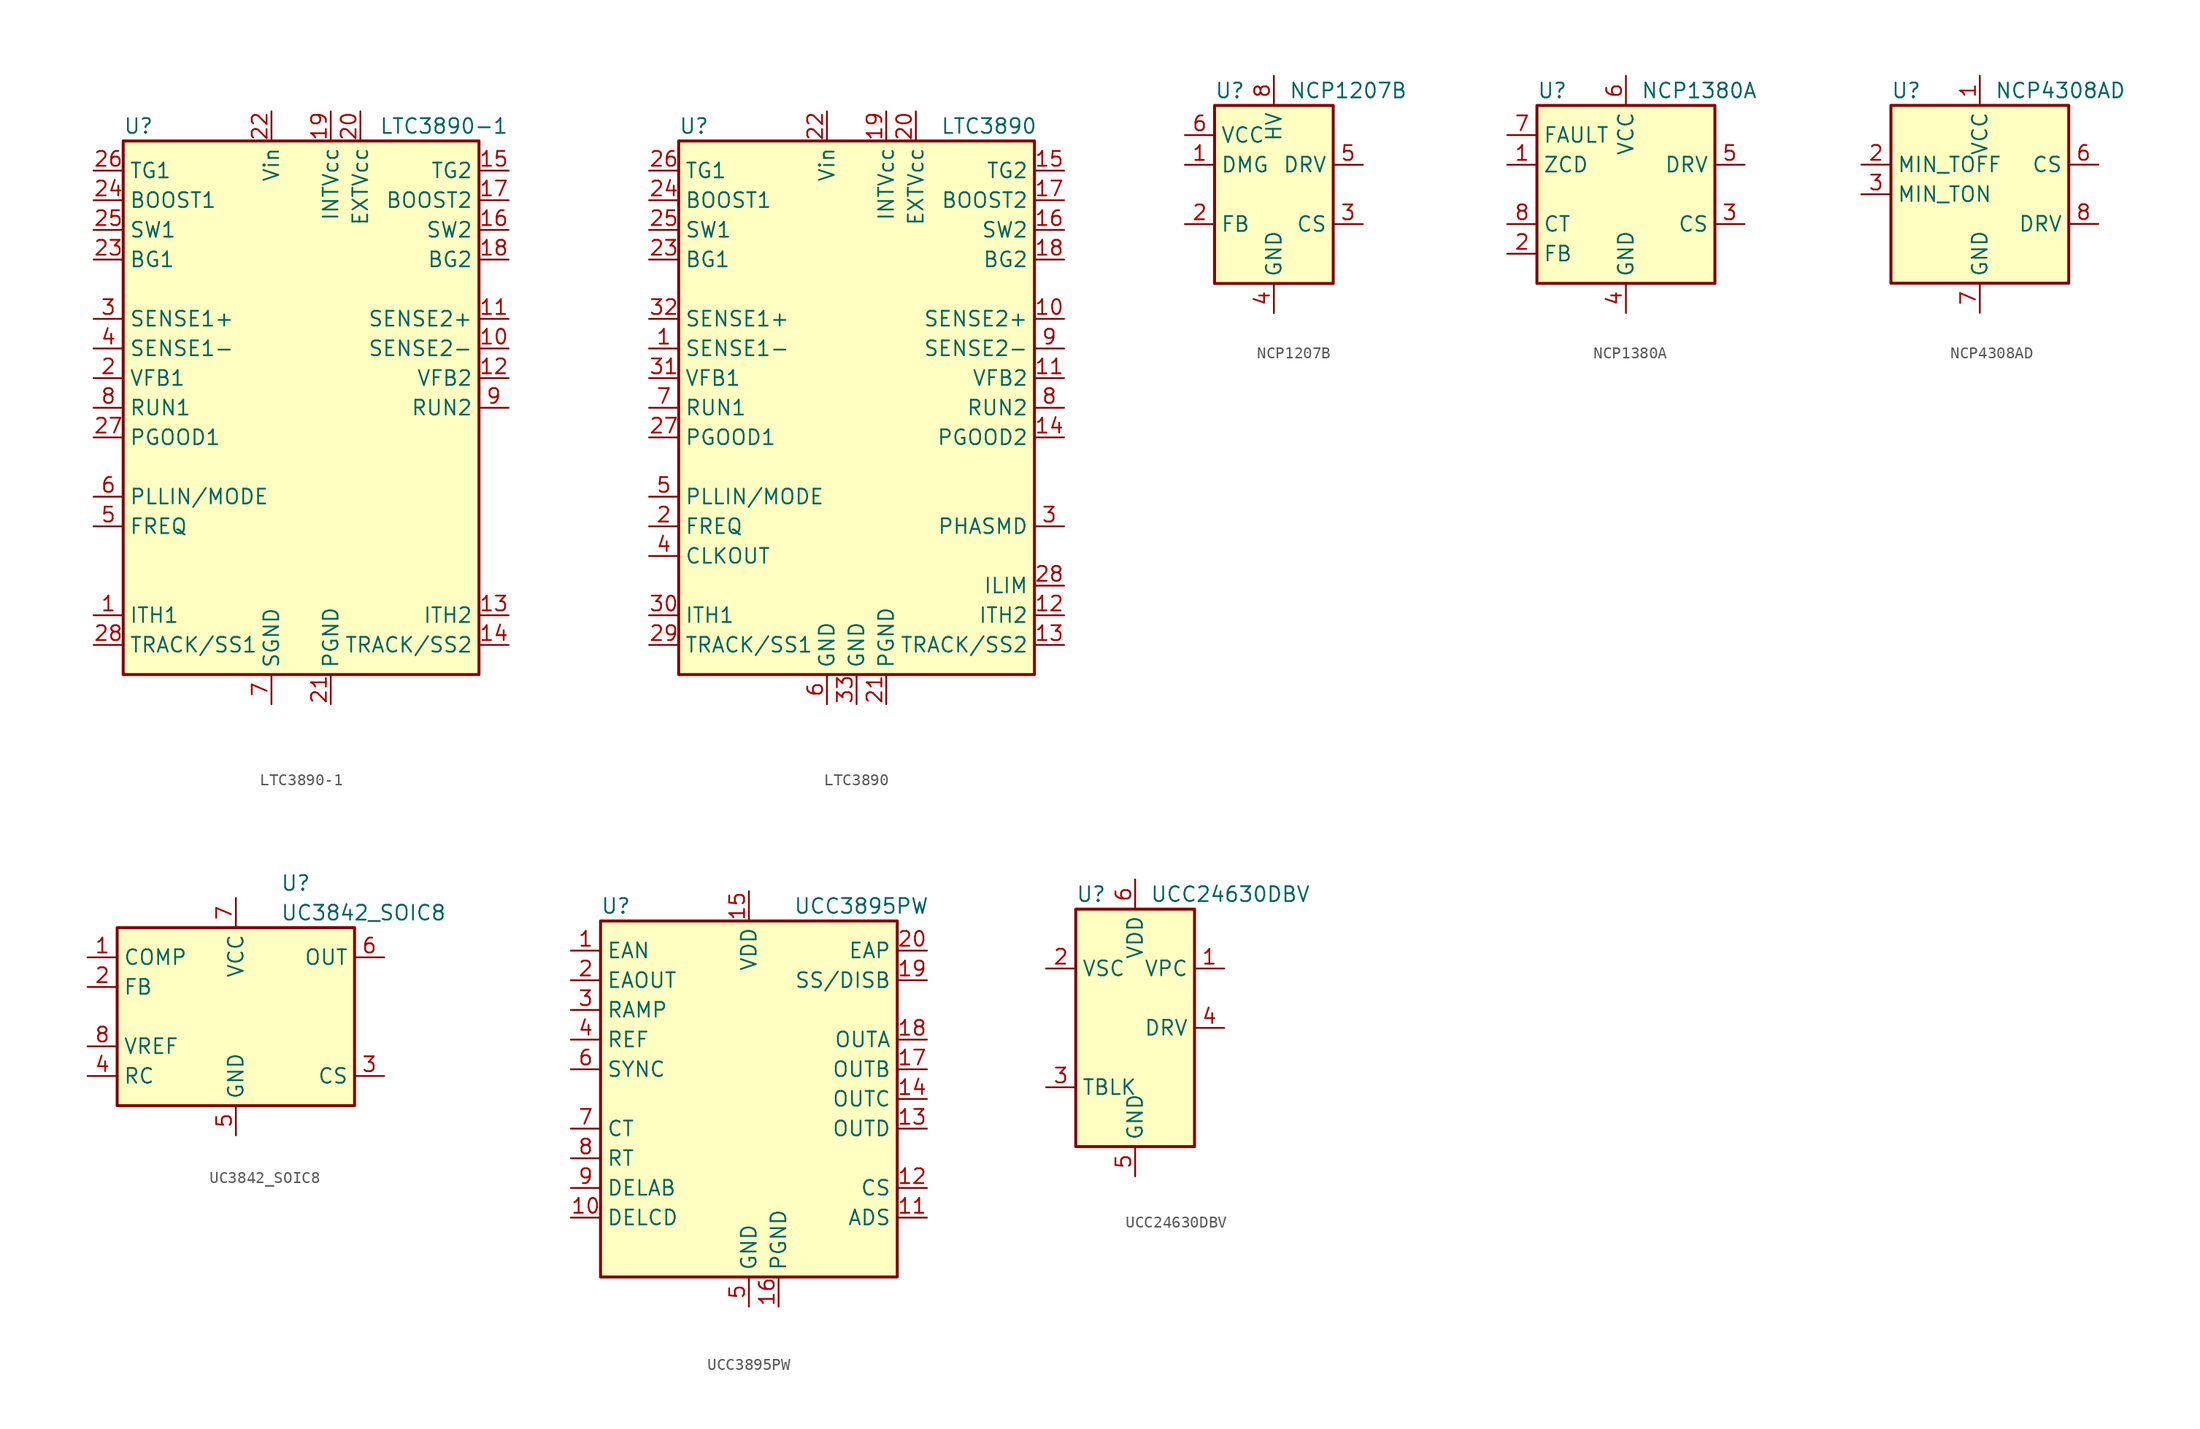
<source format=kicad_sym>
(kicad_symbol_lib
  (version 20241209)
  (generator "kicad_symbol_editor")
  (generator_version "9.0")
  (symbol "LTC3890-1"
    (property "Reference" "U"
      (at -15.24 24.13 0)
      (effects (font (size 1.27 1.27)) (justify left)))
    (property "Value" "LTC3890-1"
      (at 17.78 24.13 0)
      (effects (font (size 1.27 1.27)) (justify right)))
    (symbol "LTC3890-1_0_1"
      (rectangle (start -15.24 22.86) (end 15.24 -22.86) (stroke (width 0.254) (type default)) (fill (type background))))
    (symbol "LTC3890-1_1_1"
      (pin output line (at -17.78 20.32 0) (length 2.54) (name "TG1" (effects (font (size 1.27 1.27)))) (number "26" (effects (font (size 1.27 1.27)))))
      (pin output line (at -17.78 17.78 0) (length 2.54) (name "BOOST1" (effects (font (size 1.27 1.27)))) (number "24" (effects (font (size 1.27 1.27)))))
      (pin output line (at -17.78 15.24 0) (length 2.54) (name "SW1" (effects (font (size 1.27 1.27)))) (number "25" (effects (font (size 1.27 1.27)))))
      (pin output line (at -17.78 12.7 0) (length 2.54) (name "BG1" (effects (font (size 1.27 1.27)))) (number "23" (effects (font (size 1.27 1.27)))))
      (pin input line (at -17.78 7.62 0) (length 2.54) (name "SENSE1+" (effects (font (size 1.27 1.27)))) (number "3" (effects (font (size 1.27 1.27)))))
      (pin input line (at -17.78 5.08 0) (length 2.54) (name "SENSE1-" (effects (font (size 1.27 1.27)))) (number "4" (effects (font (size 1.27 1.27)))))
      (pin input line (at -17.78 2.54 0) (length 2.54) (name "VFB1" (effects (font (size 1.27 1.27)))) (number "2" (effects (font (size 1.27 1.27)))))
      (pin input line (at -17.78 0 0) (length 2.54) (name "RUN1" (effects (font (size 1.27 1.27)))) (number "8" (effects (font (size 1.27 1.27)))))
      (pin output line (at -17.78 -2.54 0) (length 2.54) (name "PGOOD1" (effects (font (size 1.27 1.27)))) (number "27" (effects (font (size 1.27 1.27)))))
      (pin input line (at -17.78 -7.62 0) (length 2.54) (name "PLLIN/MODE" (effects (font (size 1.27 1.27)))) (number "6" (effects (font (size 1.27 1.27)))))
      (pin input line (at -17.78 -10.16 0) (length 2.54) (name "FREQ" (effects (font (size 1.27 1.27)))) (number "5" (effects (font (size 1.27 1.27)))))
      (pin passive line (at -17.78 -17.78 0) (length 2.54) (name "ITH1" (effects (font (size 1.27 1.27)))) (number "1" (effects (font (size 1.27 1.27)))))
      (pin input line (at -17.78 -20.32 0) (length 2.54) (name "TRACK/SS1" (effects (font (size 1.27 1.27)))) (number "28" (effects (font (size 1.27 1.27)))))
      (pin power_in line (at -2.54 25.4 270) (length 2.54) (name "Vin" (effects (font (size 1.27 1.27)))) (number "22" (effects (font (size 1.27 1.27)))))
      (pin power_in line (at -2.54 -25.4 90) (length 2.54) (name "SGND" (effects (font (size 1.27 1.27)))) (number "7" (effects (font (size 1.27 1.27)))))
      (pin power_out line (at 2.54 25.4 270) (length 2.54) (name "INTVcc" (effects (font (size 1.27 1.27)))) (number "19" (effects (font (size 1.27 1.27)))))
      (pin power_in line (at 2.54 -25.4 90) (length 2.54) (name "PGND" (effects (font (size 1.27 1.27)))) (number "21" (effects (font (size 1.27 1.27)))))
      (pin power_in line (at 5.08 25.4 270) (length 2.54) (name "EXTVcc" (effects (font (size 1.27 1.27)))) (number "20" (effects (font (size 1.27 1.27)))))
      (pin output line (at 17.78 20.32 180) (length 2.54) (name "TG2" (effects (font (size 1.27 1.27)))) (number "15" (effects (font (size 1.27 1.27)))))
      (pin output line (at 17.78 17.78 180) (length 2.54) (name "BOOST2" (effects (font (size 1.27 1.27)))) (number "17" (effects (font (size 1.27 1.27)))))
      (pin output line (at 17.78 15.24 180) (length 2.54) (name "SW2" (effects (font (size 1.27 1.27)))) (number "16" (effects (font (size 1.27 1.27)))))
      (pin output line (at 17.78 12.7 180) (length 2.54) (name "BG2" (effects (font (size 1.27 1.27)))) (number "18" (effects (font (size 1.27 1.27)))))
      (pin input line (at 17.78 7.62 180) (length 2.54) (name "SENSE2+" (effects (font (size 1.27 1.27)))) (number "11" (effects (font (size 1.27 1.27)))))
      (pin input line (at 17.78 5.08 180) (length 2.54) (name "SENSE2-" (effects (font (size 1.27 1.27)))) (number "10" (effects (font (size 1.27 1.27)))))
      (pin input line (at 17.78 2.54 180) (length 2.54) (name "VFB2" (effects (font (size 1.27 1.27)))) (number "12" (effects (font (size 1.27 1.27)))))
      (pin input line (at 17.78 0 180) (length 2.54) (name "RUN2" (effects (font (size 1.27 1.27)))) (number "9" (effects (font (size 1.27 1.27)))))
      (pin passive line (at 17.78 -17.78 180) (length 2.54) (name "ITH2" (effects (font (size 1.27 1.27)))) (number "13" (effects (font (size 1.27 1.27)))))
      (pin input line (at 17.78 -20.32 180) (length 2.54) (name "TRACK/SS2" (effects (font (size 1.27 1.27)))) (number "14" (effects (font (size 1.27 1.27)))))))
  (symbol "LTC3890"
    (property "Reference" "U"
      (at -15.24 24.13 0)
      (effects (font (size 1.27 1.27)) (justify left)))
    (property "Value" "LTC3890"
      (at 15.494 24.13 0)
      (effects (font (size 1.27 1.27)) (justify right)))
    (symbol "LTC3890_0_1"
      (rectangle (start -15.24 22.86) (end 15.24 -22.86) (stroke (width 0.254) (type default)) (fill (type background))))
    (symbol "LTC3890_1_1"
      (pin output line (at -17.78 20.32 0) (length 2.54) (name "TG1" (effects (font (size 1.27 1.27)))) (number "26" (effects (font (size 1.27 1.27)))))
      (pin output line (at -17.78 17.78 0) (length 2.54) (name "BOOST1" (effects (font (size 1.27 1.27)))) (number "24" (effects (font (size 1.27 1.27)))))
      (pin output line (at -17.78 15.24 0) (length 2.54) (name "SW1" (effects (font (size 1.27 1.27)))) (number "25" (effects (font (size 1.27 1.27)))))
      (pin output line (at -17.78 12.7 0) (length 2.54) (name "BG1" (effects (font (size 1.27 1.27)))) (number "23" (effects (font (size 1.27 1.27)))))
      (pin input line (at -17.78 7.62 0) (length 2.54) (name "SENSE1+" (effects (font (size 1.27 1.27)))) (number "32" (effects (font (size 1.27 1.27)))))
      (pin input line (at -17.78 5.08 0) (length 2.54) (name "SENSE1-" (effects (font (size 1.27 1.27)))) (number "1" (effects (font (size 1.27 1.27)))))
      (pin input line (at -17.78 2.54 0) (length 2.54) (name "VFB1" (effects (font (size 1.27 1.27)))) (number "31" (effects (font (size 1.27 1.27)))))
      (pin input line (at -17.78 0 0) (length 2.54) (name "RUN1" (effects (font (size 1.27 1.27)))) (number "7" (effects (font (size 1.27 1.27)))))
      (pin output line (at -17.78 -2.54 0) (length 2.54) (name "PGOOD1" (effects (font (size 1.27 1.27)))) (number "27" (effects (font (size 1.27 1.27)))))
      (pin input line (at -17.78 -7.62 0) (length 2.54) (name "PLLIN/MODE" (effects (font (size 1.27 1.27)))) (number "5" (effects (font (size 1.27 1.27)))))
      (pin input line (at -17.78 -10.16 0) (length 2.54) (name "FREQ" (effects (font (size 1.27 1.27)))) (number "2" (effects (font (size 1.27 1.27)))))
      (pin output line (at -17.78 -12.7 0) (length 2.54) (name "CLKOUT" (effects (font (size 1.27 1.27)))) (number "4" (effects (font (size 1.27 1.27)))))
      (pin passive line (at -17.78 -17.78 0) (length 2.54) (name "ITH1" (effects (font (size 1.27 1.27)))) (number "30" (effects (font (size 1.27 1.27)))))
      (pin input line (at -17.78 -20.32 0) (length 2.54) (name "TRACK/SS1" (effects (font (size 1.27 1.27)))) (number "29" (effects (font (size 1.27 1.27)))))
      (pin power_in line (at -2.54 25.4 270) (length 2.54) (name "Vin" (effects (font (size 1.27 1.27)))) (number "22" (effects (font (size 1.27 1.27)))))
      (pin power_in line (at -2.54 -25.4 90) (length 2.54) (name "GND" (effects (font (size 1.27 1.27)))) (number "6" (effects (font (size 1.27 1.27)))))
      (pin power_in line (at 0 -25.4 90) (length 2.54) (name "GND" (effects (font (size 1.27 1.27)))) (number "33" (effects (font (size 1.27 1.27)))))
      (pin power_out line (at 2.54 25.4 270) (length 2.54) (name "INTVcc" (effects (font (size 1.27 1.27)))) (number "19" (effects (font (size 1.27 1.27)))))
      (pin power_in line (at 2.54 -25.4 90) (length 2.54) (name "PGND" (effects (font (size 1.27 1.27)))) (number "21" (effects (font (size 1.27 1.27)))))
      (pin power_in line (at 5.08 25.4 270) (length 2.54) (name "EXTVcc" (effects (font (size 1.27 1.27)))) (number "20" (effects (font (size 1.27 1.27)))))
      (pin output line (at 17.78 20.32 180) (length 2.54) (name "TG2" (effects (font (size 1.27 1.27)))) (number "15" (effects (font (size 1.27 1.27)))))
      (pin output line (at 17.78 17.78 180) (length 2.54) (name "BOOST2" (effects (font (size 1.27 1.27)))) (number "17" (effects (font (size 1.27 1.27)))))
      (pin output line (at 17.78 15.24 180) (length 2.54) (name "SW2" (effects (font (size 1.27 1.27)))) (number "16" (effects (font (size 1.27 1.27)))))
      (pin output line (at 17.78 12.7 180) (length 2.54) (name "BG2" (effects (font (size 1.27 1.27)))) (number "18" (effects (font (size 1.27 1.27)))))
      (pin input line (at 17.78 7.62 180) (length 2.54) (name "SENSE2+" (effects (font (size 1.27 1.27)))) (number "10" (effects (font (size 1.27 1.27)))))
      (pin input line (at 17.78 5.08 180) (length 2.54) (name "SENSE2-" (effects (font (size 1.27 1.27)))) (number "9" (effects (font (size 1.27 1.27)))))
      (pin input line (at 17.78 2.54 180) (length 2.54) (name "VFB2" (effects (font (size 1.27 1.27)))) (number "11" (effects (font (size 1.27 1.27)))))
      (pin input line (at 17.78 0 180) (length 2.54) (name "RUN2" (effects (font (size 1.27 1.27)))) (number "8" (effects (font (size 1.27 1.27)))))
      (pin output line (at 17.78 -2.54 180) (length 2.54) (name "PGOOD2" (effects (font (size 1.27 1.27)))) (number "14" (effects (font (size 1.27 1.27)))))
      (pin input line (at 17.78 -10.16 180) (length 2.54) (name "PHASMD" (effects (font (size 1.27 1.27)))) (number "3" (effects (font (size 1.27 1.27)))))
      (pin input line (at 17.78 -15.24 180) (length 2.54) (name "ILIM" (effects (font (size 1.27 1.27)))) (number "28" (effects (font (size 1.27 1.27)))))
      (pin passive line (at 17.78 -17.78 180) (length 2.54) (name "ITH2" (effects (font (size 1.27 1.27)))) (number "12" (effects (font (size 1.27 1.27)))))
      (pin input line (at 17.78 -20.32 180) (length 2.54) (name "TRACK/SS2" (effects (font (size 1.27 1.27)))) (number "13" (effects (font (size 1.27 1.27)))))))
  (symbol "NCP1207B"
    (property "Reference" "U"
      (at -5.08 8.89 0)
      (effects (font (size 1.27 1.27)) (justify left)))
    (property "Value" "NCP1207B"
      (at 1.27 8.89 0)
      (effects (font (size 1.27 1.27)) (justify left)))
    (symbol "NCP1207B_0_0"
      (rectangle (start -5.08 7.62) (end 5.08 -7.62) (stroke (width 0.254) (type default)) (fill (type background))))
    (symbol "NCP1207B_1_1"
      (pin power_in line (at -7.62 5.08 0) (length 2.54) (name "VCC" (effects (font (size 1.27 1.27)))) (number "6" (effects (font (size 1.27 1.27)))))
      (pin input line (at -7.62 2.54 0) (length 2.54) (name "DMG" (effects (font (size 1.27 1.27)))) (number "1" (effects (font (size 1.27 1.27)))))
      (pin input line (at -7.62 -2.54 0) (length 2.54) (name "FB" (effects (font (size 1.27 1.27)))) (number "2" (effects (font (size 1.27 1.27)))))
      (pin input line (at 0 10.16 270) (length 2.54) (name "HV" (effects (font (size 1.27 1.27)))) (number "8" (effects (font (size 1.27 1.27)))))
      (pin power_in line (at 0 -10.16 90) (length 2.54) (name "GND" (effects (font (size 1.27 1.27)))) (number "4" (effects (font (size 1.27 1.27)))))
      (pin output line (at 7.62 2.54 180) (length 2.54) (name "DRV" (effects (font (size 1.27 1.27)))) (number "5" (effects (font (size 1.27 1.27)))))
      (pin input line (at 7.62 -2.54 180) (length 2.54) (name "CS" (effects (font (size 1.27 1.27)))) (number "3" (effects (font (size 1.27 1.27)))))))
  (symbol "NCP1380A"
    (property "Reference" "U"
      (at -7.62 8.89 0)
      (effects (font (size 1.27 1.27)) (justify left)))
    (property "Value" "NCP1380A"
      (at 1.27 8.89 0)
      (effects (font (size 1.27 1.27)) (justify left)))
    (symbol "NCP1380A_0_0"
      (rectangle (start -7.62 7.62) (end 7.62 -7.62) (stroke (width 0.254) (type default)) (fill (type background))))
    (symbol "NCP1380A_1_1"
      (pin input line (at -10.16 5.08 0) (length 2.54) (name "FAULT" (effects (font (size 1.27 1.27)))) (number "7" (effects (font (size 1.27 1.27)))))
      (pin input line (at -10.16 2.54 0) (length 2.54) (name "ZCD" (effects (font (size 1.27 1.27)))) (number "1" (effects (font (size 1.27 1.27)))))
      (pin passive line (at -10.16 -2.54 0) (length 2.54) (name "CT" (effects (font (size 1.27 1.27)))) (number "8" (effects (font (size 1.27 1.27)))))
      (pin input line (at -10.16 -5.08 0) (length 2.54) (name "FB" (effects (font (size 1.27 1.27)))) (number "2" (effects (font (size 1.27 1.27)))))
      (pin power_in line (at 0 10.16 270) (length 2.54) (name "VCC" (effects (font (size 1.27 1.27)))) (number "6" (effects (font (size 1.27 1.27)))))
      (pin power_in line (at 0 -10.16 90) (length 2.54) (name "GND" (effects (font (size 1.27 1.27)))) (number "4" (effects (font (size 1.27 1.27)))))
      (pin output line (at 10.16 2.54 180) (length 2.54) (name "DRV" (effects (font (size 1.27 1.27)))) (number "5" (effects (font (size 1.27 1.27)))))
      (pin input line (at 10.16 -2.54 180) (length 2.54) (name "CS" (effects (font (size 1.27 1.27)))) (number "3" (effects (font (size 1.27 1.27)))))))
  (symbol "NCP4308AD"
    (property "Reference" "U"
      (at -7.62 8.89 0)
      (effects (font (size 1.27 1.27)) (justify left)))
    (property "Value" "NCP4308AD"
      (at 1.27 8.89 0)
      (effects (font (size 1.27 1.27)) (justify left)))
    (symbol "NCP4308AD_0_1"
      (rectangle (start -7.62 7.62) (end 7.62 -7.62) (stroke (width 0.254) (type default)) (fill (type background))))
    (symbol "NCP4308AD_1_1"
      (pin passive line (at -10.16 2.54 0) (length 2.54) (name "MIN_TOFF" (effects (font (size 1.27 1.27)))) (number "2" (effects (font (size 1.27 1.27)))))
      (pin passive line (at -10.16 0 0) (length 2.54) (name "MIN_TON" (effects (font (size 1.27 1.27)))) (number "3" (effects (font (size 1.27 1.27)))))
      (pin power_in line (at 0 10.16 270) (length 2.54) (name "VCC" (effects (font (size 1.27 1.27)))) (number "1" (effects (font (size 1.27 1.27)))))
      (pin power_in line (at 0 -10.16 90) (length 2.54) (name "GND" (effects (font (size 1.27 1.27)))) (number "7" (effects (font (size 1.27 1.27)))))
      (pin no_connect line (at 7.62 -5.08 180) (length 2.54) (hide yes) (name "NC" (effects (font (size 1.27 1.27)))) (number "4" (effects (font (size 1.27 1.27)))))
      (pin no_connect line (at 7.62 -7.62 180) (length 2.54) (hide yes) (name "NC" (effects (font (size 1.27 1.27)))) (number "5" (effects (font (size 1.27 1.27)))))
      (pin input line (at 10.16 2.54 180) (length 2.54) (name "CS" (effects (font (size 1.27 1.27)))) (number "6" (effects (font (size 1.27 1.27)))))
      (pin output line (at 10.16 -2.54 180) (length 2.54) (name "DRV" (effects (font (size 1.27 1.27)))) (number "8" (effects (font (size 1.27 1.27)))))))
  (symbol "UC3842_SOIC8"
    (property "Reference" "U"
      (at 3.81 11.43 0)
      (effects (font (size 1.27 1.27)) (justify left)))
    (property "Value" "UC3842_SOIC8"
      (at 3.81 8.89 0)
      (effects (font (size 1.27 1.27)) (justify left)))
    (symbol "UC3842_SOIC8_0_1"
      (rectangle (start -10.16 -7.62) (end 10.16 7.62) (stroke (width 0.254) (type default)) (fill (type background))))
    (symbol "UC3842_SOIC8_1_1"
      (pin passive line (at -12.7 5.08 0) (length 2.54) (name "COMP" (effects (font (size 1.27 1.27)))) (number "1" (effects (font (size 1.27 1.27)))))
      (pin input line (at -12.7 2.54 0) (length 2.54) (name "FB" (effects (font (size 1.27 1.27)))) (number "2" (effects (font (size 1.27 1.27)))))
      (pin power_out line (at -12.7 -2.54 0) (length 2.54) (name "VREF" (effects (font (size 1.27 1.27)))) (number "8" (effects (font (size 1.27 1.27)))))
      (pin passive line (at -12.7 -5.08 0) (length 2.54) (name "RC" (effects (font (size 1.27 1.27)))) (number "4" (effects (font (size 1.27 1.27)))))
      (pin power_in line (at 0 10.16 270) (length 2.54) (name "VCC" (effects (font (size 1.27 1.27)))) (number "7" (effects (font (size 1.27 1.27)))))
      (pin power_in line (at 0 -10.16 90) (length 2.54) (name "GND" (effects (font (size 1.27 1.27)))) (number "5" (effects (font (size 1.27 1.27)))))
      (pin output line (at 12.7 5.08 180) (length 2.54) (name "OUT" (effects (font (size 1.27 1.27)))) (number "6" (effects (font (size 1.27 1.27)))))
      (pin input line (at 12.7 -5.08 180) (length 2.54) (name "CS" (effects (font (size 1.27 1.27)))) (number "3" (effects (font (size 1.27 1.27)))))))
  (symbol "UCC3895PW"
    (property "Reference" "U"
      (at -12.7 16.51 0)
      (effects (font (size 1.27 1.27)) (justify left)))
    (property "Value" "UCC3895PW"
      (at 3.81 16.51 0)
      (effects (font (size 1.27 1.27)) (justify left)))
    (symbol "UCC3895PW_0_1"
      (rectangle (start -12.7 15.24) (end 12.7 -15.24) (stroke (width 0.254) (type default)) (fill (type background))))
    (symbol "UCC3895PW_1_1"
      (pin input line (at -15.24 12.7 0) (length 2.54) (name "EAN" (effects (font (size 1.27 1.27)))) (number "1" (effects (font (size 1.27 1.27)))))
      (pin bidirectional line (at -15.24 10.16 0) (length 2.54) (name "EAOUT" (effects (font (size 1.27 1.27)))) (number "2" (effects (font (size 1.27 1.27)))))
      (pin input line (at -15.24 7.62 0) (length 2.54) (name "RAMP" (effects (font (size 1.27 1.27)))) (number "3" (effects (font (size 1.27 1.27)))))
      (pin output line (at -15.24 5.08 0) (length 2.54) (name "REF" (effects (font (size 1.27 1.27)))) (number "4" (effects (font (size 1.27 1.27)))))
      (pin bidirectional line (at -15.24 2.54 0) (length 2.54) (name "SYNC" (effects (font (size 1.27 1.27)))) (number "6" (effects (font (size 1.27 1.27)))))
      (pin passive line (at -15.24 -2.54 0) (length 2.54) (name "CT" (effects (font (size 1.27 1.27)))) (number "7" (effects (font (size 1.27 1.27)))))
      (pin passive line (at -15.24 -5.08 0) (length 2.54) (name "RT" (effects (font (size 1.27 1.27)))) (number "8" (effects (font (size 1.27 1.27)))))
      (pin passive line (at -15.24 -7.62 0) (length 2.54) (name "DELAB" (effects (font (size 1.27 1.27)))) (number "9" (effects (font (size 1.27 1.27)))))
      (pin passive line (at -15.24 -10.16 0) (length 2.54) (name "DELCD" (effects (font (size 1.27 1.27)))) (number "10" (effects (font (size 1.27 1.27)))))
      (pin power_in line (at 0 17.78 270) (length 2.54) (name "VDD" (effects (font (size 1.27 1.27)))) (number "15" (effects (font (size 1.27 1.27)))))
      (pin power_in line (at 0 -17.78 90) (length 2.54) (name "GND" (effects (font (size 1.27 1.27)))) (number "5" (effects (font (size 1.27 1.27)))))
      (pin power_in line (at 2.54 -17.78 90) (length 2.54) (name "PGND" (effects (font (size 1.27 1.27)))) (number "16" (effects (font (size 1.27 1.27)))))
      (pin input line (at 15.24 12.7 180) (length 2.54) (name "EAP" (effects (font (size 1.27 1.27)))) (number "20" (effects (font (size 1.27 1.27)))))
      (pin passive line (at 15.24 10.16 180) (length 2.54) (name "SS/DISB" (effects (font (size 1.27 1.27)))) (number "19" (effects (font (size 1.27 1.27)))))
      (pin output line (at 15.24 5.08 180) (length 2.54) (name "OUTA" (effects (font (size 1.27 1.27)))) (number "18" (effects (font (size 1.27 1.27)))))
      (pin output line (at 15.24 2.54 180) (length 2.54) (name "OUTB" (effects (font (size 1.27 1.27)))) (number "17" (effects (font (size 1.27 1.27)))))
      (pin output line (at 15.24 0 180) (length 2.54) (name "OUTC" (effects (font (size 1.27 1.27)))) (number "14" (effects (font (size 1.27 1.27)))))
      (pin output line (at 15.24 -2.54 180) (length 2.54) (name "OUTD" (effects (font (size 1.27 1.27)))) (number "13" (effects (font (size 1.27 1.27)))))
      (pin input line (at 15.24 -7.62 180) (length 2.54) (name "CS" (effects (font (size 1.27 1.27)))) (number "12" (effects (font (size 1.27 1.27)))))
      (pin input line (at 15.24 -10.16 180) (length 2.54) (name "ADS" (effects (font (size 1.27 1.27)))) (number "11" (effects (font (size 1.27 1.27)))))))
  (symbol "UCC24630DBV"
    (property "Reference" "U"
      (at -5.08 11.43 0)
      (effects (font (size 1.27 1.27)) (justify left)))
    (property "Value" "UCC24630DBV"
      (at 1.27 11.43 0)
      (effects (font (size 1.27 1.27)) (justify left)))
    (symbol "UCC24630DBV_0_1"
      (rectangle (start -5.08 -10.16) (end 5.08 10.16) (stroke (width 0.254) (type default)) (fill (type background))))
    (symbol "UCC24630DBV_1_1"
      (pin input line (at -7.62 5.08 0) (length 2.54) (name "VSC" (effects (font (size 1.27 1.27)))) (number "2" (effects (font (size 1.27 1.27)))))
      (pin passive line (at -7.62 -5.08 0) (length 2.54) (name "TBLK" (effects (font (size 1.27 1.27)))) (number "3" (effects (font (size 1.27 1.27)))))
      (pin power_in line (at 0 12.7 270) (length 2.54) (name "VDD" (effects (font (size 1.27 1.27)))) (number "6" (effects (font (size 1.27 1.27)))))
      (pin power_in line (at 0 -12.7 90) (length 2.54) (name "GND" (effects (font (size 1.27 1.27)))) (number "5" (effects (font (size 1.27 1.27)))))
      (pin input line (at 7.62 5.08 180) (length 2.54) (name "VPC" (effects (font (size 1.27 1.27)))) (number "1" (effects (font (size 1.27 1.27)))))
      (pin output line (at 7.62 0 180) (length 2.54) (name "DRV" (effects (font (size 1.27 1.27)))) (number "4" (effects (font (size 1.27 1.27))))))))
</source>
